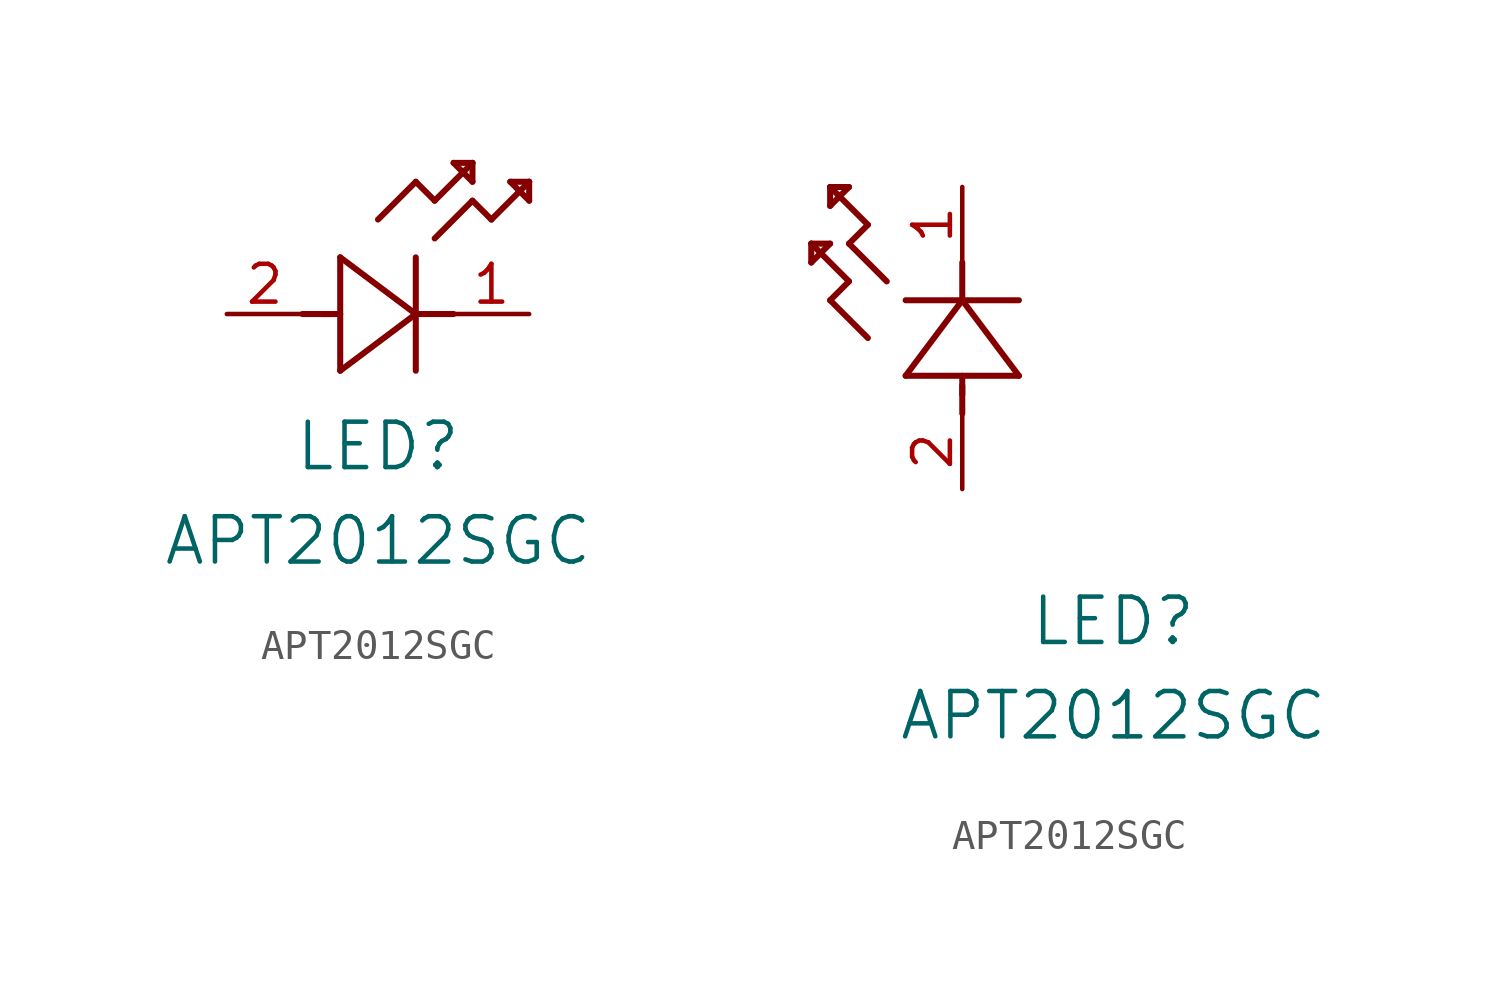
<source format=kicad_sym>
(kicad_symbol_lib
  (version 20211014)
  (generator kicad_symbol_editor)
  (symbol "APT2012SGC"
    (pin_names
      (offset 0.254))
    (property "Reference" "LED"
      (at 5.08 -4.445 0)
      (effects (font (size 1.524 1.524))))
    (property "Value" "APT2012SGC"
      (at 5.08 -7.62 0)
      (effects (font (size 1.524 1.524))))
    (symbol "APT2012SGC_1_1"
      (polyline (pts (xy 2.54 0) (xy 3.48 0)) (stroke (width 0.203) (type default) (color 0 0 0 0)) (fill (type none)))
      (polyline (pts (xy 3.81 1.905) (xy 3.81 -1.905)) (stroke (width 0.203) (type default) (color 0 0 0 0)) (fill (type none)))
      (polyline (pts (xy 3.175 0) (xy 3.81 0)) (stroke (width 0.203) (type default) (color 0 0 0 0)) (fill (type none)))
      (polyline (pts (xy 6.35 -1.905) (xy 6.35 1.905)) (stroke (width 0.203) (type default) (color 0 0 0 0)) (fill (type none)))
      (polyline (pts (xy 6.35 0) (xy 7.62 0)) (stroke (width 0.203) (type default) (color 0 0 0 0)) (fill (type none)))
      (polyline (pts (xy 6.35 4.445) (xy 6.985 3.81)) (stroke (width 0.203) (type default) (color 0 0 0 0)) (fill (type none)))
      (polyline (pts (xy 6.985 3.81) (xy 8.255 5.08)) (stroke (width 0.203) (type default) (color 0 0 0 0)) (fill (type none)))
      (polyline (pts (xy 8.255 3.81) (xy 8.89 3.175)) (stroke (width 0.203) (type default) (color 0 0 0 0)) (fill (type none)))
      (polyline (pts (xy 8.89 3.175) (xy 10.16 4.445)) (stroke (width 0.203) (type default) (color 0 0 0 0)) (fill (type none)))
      (polyline (pts (xy 8.255 5.08) (xy 7.62 5.08)) (stroke (width 0.203) (type default) (color 0 0 0 0)) (fill (type none)))
      (polyline (pts (xy 7.62 5.08) (xy 8.255 4.445)) (stroke (width 0.203) (type default) (color 0 0 0 0)) (fill (type none)))
      (polyline (pts (xy 8.255 4.445) (xy 8.255 5.08)) (stroke (width 0.203) (type default) (color 0 0 0 0)) (fill (type none)))
      (polyline (pts (xy 10.16 4.445) (xy 9.525 4.445)) (stroke (width 0.203) (type default) (color 0 0 0 0)) (fill (type none)))
      (polyline (pts (xy 9.525 4.445) (xy 10.16 3.81)) (stroke (width 0.203) (type default) (color 0 0 0 0)) (fill (type none)))
      (polyline (pts (xy 10.16 3.81) (xy 10.16 4.445)) (stroke (width 0.203) (type default) (color 0 0 0 0)) (fill (type none)))
      (polyline (pts (xy 6.985 2.54) (xy 8.255 3.81)) (stroke (width 0.203) (type default) (color 0 0 0 0)) (fill (type none)))
      (polyline (pts (xy 6.35 0) (xy 3.81 1.905)) (stroke (width 0.203) (type default) (color 0 0 0 0)) (fill (type none)))
      (polyline (pts (xy 3.81 -1.905) (xy 6.35 0)) (stroke (width 0.203) (type default) (color 0 0 0 0)) (fill (type none)))
      (polyline (pts (xy 5.08 3.175) (xy 6.35 4.445)) (stroke (width 0.203) (type default) (color 0 0 0 0)) (fill (type none)))
      (pin unspecified line (at 10.16 0 180) (length 2.54) (name "" (effects (font (size 1.27 1.27)))) (number "1" (effects (font (size 1.27 1.27)))))
      (pin unspecified line (at 0 0 0) (length 2.54) (name "" (effects (font (size 1.27 1.27)))) (number "2" (effects (font (size 1.27 1.27))))))
    (symbol "APT2012SGC_1_2"
      (polyline (pts (xy 0 2.54) (xy 0 3.48)) (stroke (width 0.203) (type default) (color 0 0 0 0)) (fill (type none)))
      (polyline (pts (xy -1.905 3.81) (xy 1.905 3.81)) (stroke (width 0.203) (type default) (color 0 0 0 0)) (fill (type none)))
      (polyline (pts (xy 0 3.175) (xy 0 3.81)) (stroke (width 0.203) (type default) (color 0 0 0 0)) (fill (type none)))
      (polyline (pts (xy 1.905 6.35) (xy -1.905 6.35)) (stroke (width 0.203) (type default) (color 0 0 0 0)) (fill (type none)))
      (polyline (pts (xy 0 6.35) (xy 0 7.62)) (stroke (width 0.203) (type default) (color 0 0 0 0)) (fill (type none)))
      (polyline (pts (xy 0 6.35) (xy -1.905 3.81)) (stroke (width 0.203) (type default) (color 0 0 0 0)) (fill (type none)))
      (polyline (pts (xy 1.905 3.81) (xy 0 6.35)) (stroke (width 0.203) (type default) (color 0 0 0 0)) (fill (type none)))
      (polyline (pts (xy -4.445 6.35) (xy -3.81 6.985)) (stroke (width 0.203) (type default) (color 0 0 0 0)) (fill (type none)))
      (polyline (pts (xy -2.54 6.985) (xy -3.81 8.255)) (stroke (width 0.203) (type default) (color 0 0 0 0)) (fill (type none)))
      (polyline (pts (xy -3.175 5.08) (xy -4.445 6.35)) (stroke (width 0.203) (type default) (color 0 0 0 0)) (fill (type none)))
      (polyline (pts (xy -4.445 10.16) (xy -4.445 9.525)) (stroke (width 0.203) (type default) (color 0 0 0 0)) (fill (type none)))
      (polyline (pts (xy -4.445 9.525) (xy -3.81 10.16)) (stroke (width 0.203) (type default) (color 0 0 0 0)) (fill (type none)))
      (polyline (pts (xy -3.81 10.16) (xy -4.445 10.16)) (stroke (width 0.203) (type default) (color 0 0 0 0)) (fill (type none)))
      (polyline (pts (xy -3.81 8.255) (xy -3.175 8.89)) (stroke (width 0.203) (type default) (color 0 0 0 0)) (fill (type none)))
      (polyline (pts (xy -3.175 8.89) (xy -4.445 10.16)) (stroke (width 0.203) (type default) (color 0 0 0 0)) (fill (type none)))
      (polyline (pts (xy -3.81 6.985) (xy -5.08 8.255)) (stroke (width 0.203) (type default) (color 0 0 0 0)) (fill (type none)))
      (polyline (pts (xy -5.08 8.255) (xy -5.08 7.62)) (stroke (width 0.203) (type default) (color 0 0 0 0)) (fill (type none)))
      (polyline (pts (xy -5.08 7.62) (xy -4.445 8.255)) (stroke (width 0.203) (type default) (color 0 0 0 0)) (fill (type none)))
      (polyline (pts (xy -4.445 8.255) (xy -5.08 8.255)) (stroke (width 0.203) (type default) (color 0 0 0 0)) (fill (type none)))
      (pin unspecified line (at 0 10.16 270) (length 2.54) (name "" (effects (font (size 1.27 1.27)))) (number "1" (effects (font (size 1.27 1.27)))))
      (pin unspecified line (at 0 0 90) (length 2.54) (name "" (effects (font (size 1.27 1.27)))) (number "2" (effects (font (size 1.27 1.27))))))))
</source>
